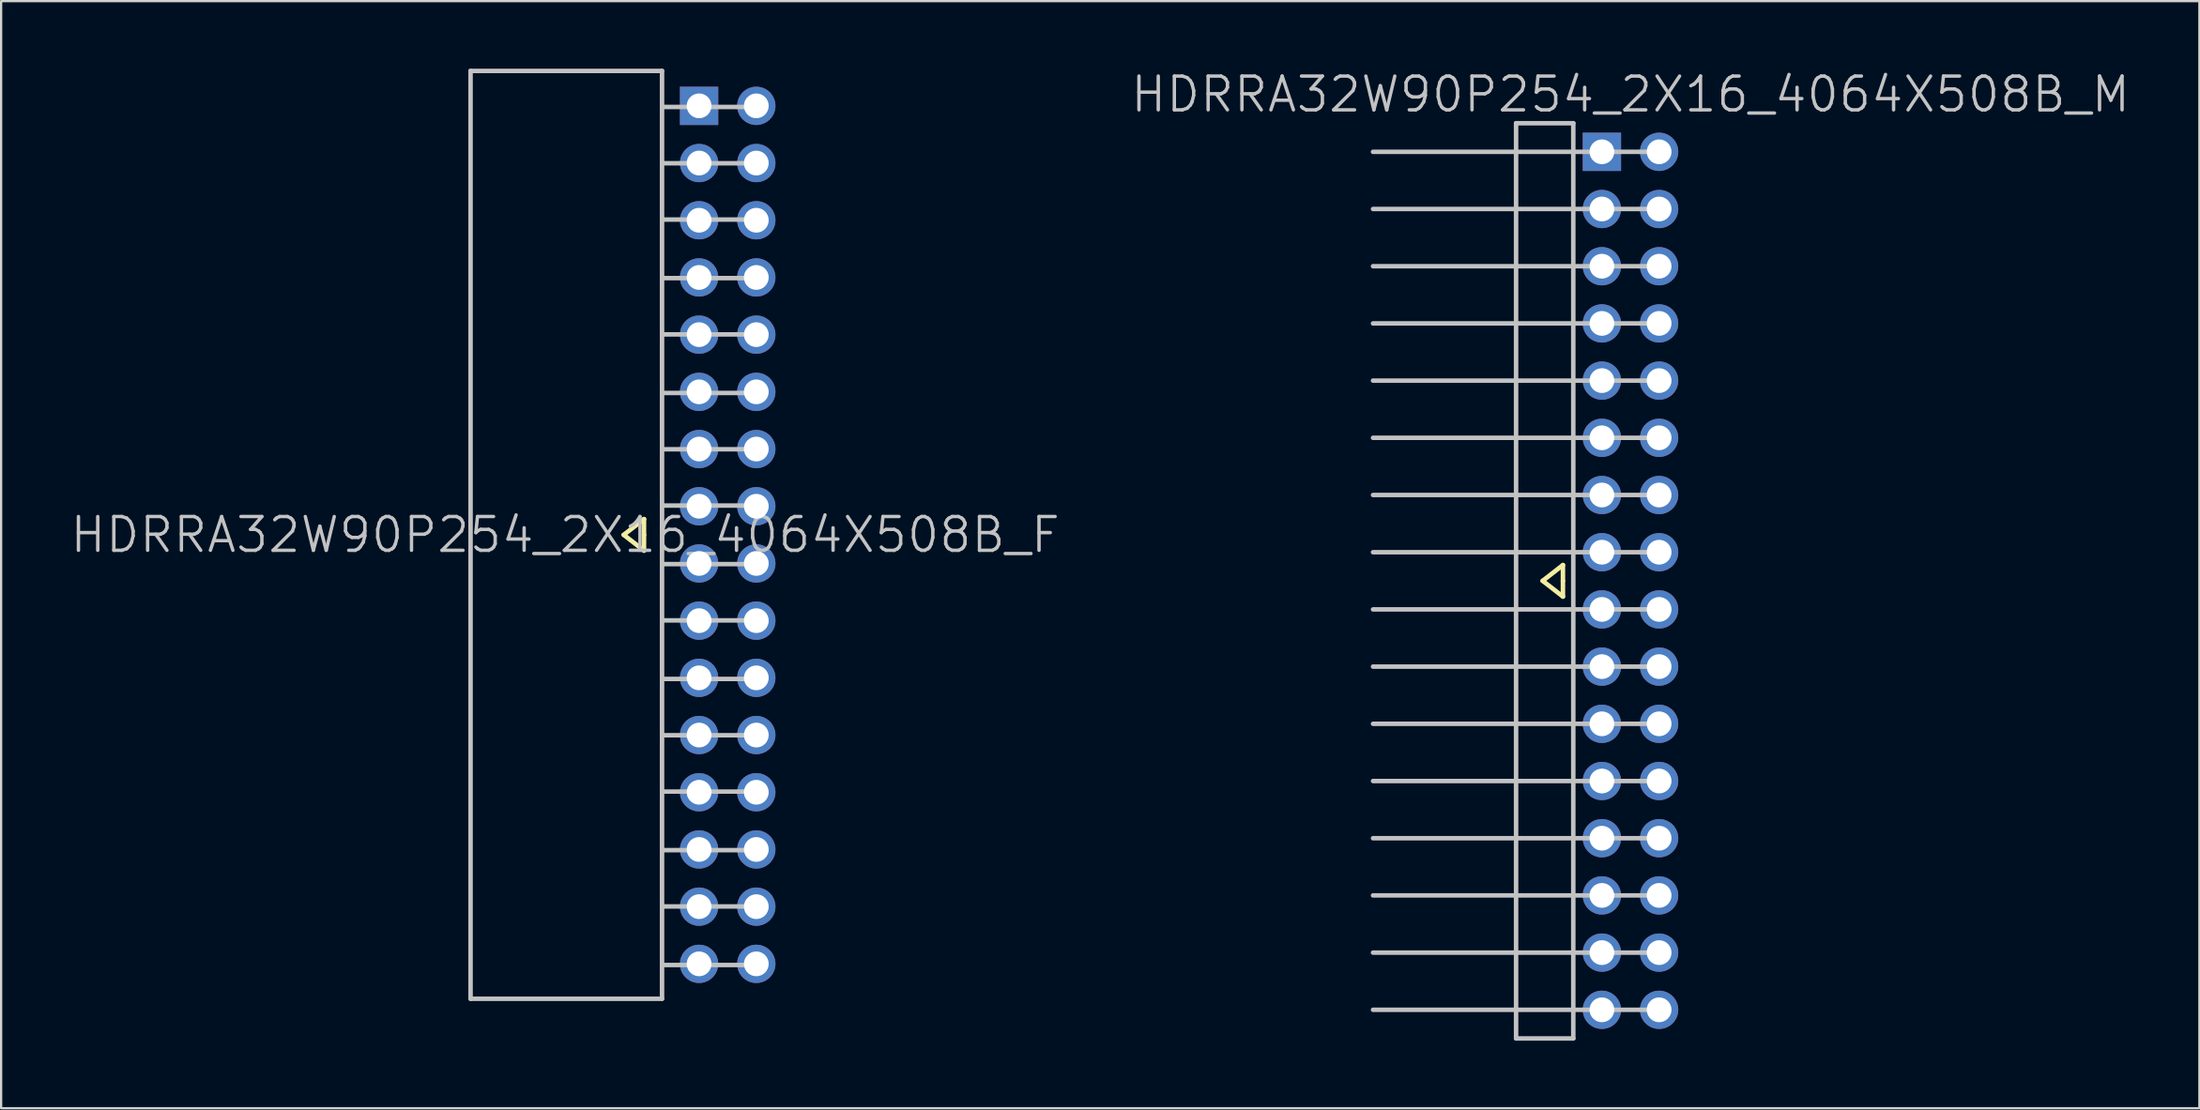
<source format=kicad_pcb>
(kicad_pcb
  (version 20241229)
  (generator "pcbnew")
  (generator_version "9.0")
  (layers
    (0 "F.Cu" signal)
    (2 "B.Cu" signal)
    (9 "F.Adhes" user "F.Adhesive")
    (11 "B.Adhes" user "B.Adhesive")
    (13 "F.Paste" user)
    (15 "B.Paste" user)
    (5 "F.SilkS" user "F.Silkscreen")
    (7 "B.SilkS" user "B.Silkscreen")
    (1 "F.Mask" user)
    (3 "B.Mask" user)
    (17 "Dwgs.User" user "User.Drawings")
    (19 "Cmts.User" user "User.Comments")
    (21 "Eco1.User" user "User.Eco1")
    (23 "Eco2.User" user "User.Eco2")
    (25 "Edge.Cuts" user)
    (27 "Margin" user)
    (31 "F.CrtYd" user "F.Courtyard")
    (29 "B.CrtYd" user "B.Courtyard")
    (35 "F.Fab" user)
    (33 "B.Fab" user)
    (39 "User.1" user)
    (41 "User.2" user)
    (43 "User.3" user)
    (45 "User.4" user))
  (footprint "HDRRA32W90P254_2X16_4064X508B_F"
    (layer "F.Cu")
    (at 24.339 20.7)
    (property "Reference" "HDRRA32W90P254_2X16_4064X508B_F" (at -2.3 0 180) (layer "Dwgs.User") (effects (font (size 1.5 1.5) (thickness 0.15))))
    (attr through_hole)
    (fp_line (start 0.3 0) (end 1.2 0.7) (stroke (width 0.2) (type solid)) (layer "F.SilkS"))
    (fp_line (start 1.2 -0.7) (end 0.3 0) (stroke (width 0.2) (type solid)) (layer "F.SilkS"))
    (fp_line (start 1.2 0) (end 1.2 -0.7) (stroke (width 0.2) (type solid)) (layer "F.SilkS"))
    (fp_line (start 1.2 0.7) (end 1.2 0) (stroke (width 0.2) (type solid)) (layer "F.SilkS"))
    (fp_line (start -6.5 -20.6) (end -6.5 20.6) (stroke (width 0.2) (type solid)) (layer "Dwgs.User"))
    (fp_line (start 2 -20.6) (end -6.5 -20.6) (stroke (width 0.2) (type solid)) (layer "Dwgs.User"))
    (fp_line (start 2 -20.6) (end 2 20.6) (stroke (width 0.2) (type solid)) (layer "Dwgs.User"))
    (fp_line (start 2 20.6) (end -6.5 20.6) (stroke (width 0.2) (type solid)) (layer "Dwgs.User"))
    (fp_line (start 6.2 -19) (end 2 -19) (stroke (width 0.2) (type solid)) (layer "Dwgs.User"))
    (fp_line (start 6.2 -16.5) (end 2 -16.5) (stroke (width 0.2) (type solid)) (layer "Dwgs.User"))
    (fp_line (start 6.2 -14) (end 2 -14) (stroke (width 0.2) (type solid)) (layer "Dwgs.User"))
    (fp_line (start 6.2 -11.4) (end 2 -11.4) (stroke (width 0.2) (type solid)) (layer "Dwgs.User"))
    (fp_line (start 6.2 -8.9) (end 2 -8.9) (stroke (width 0.2) (type solid)) (layer "Dwgs.User"))
    (fp_line (start 6.2 -6.3) (end 2 -6.3) (stroke (width 0.2) (type solid)) (layer "Dwgs.User"))
    (fp_line (start 6.2 -3.8) (end 2 -3.8) (stroke (width 0.2) (type solid)) (layer "Dwgs.User"))
    (fp_line (start 6.2 -1.3) (end 2 -1.3) (stroke (width 0.2) (type solid)) (layer "Dwgs.User"))
    (fp_line (start 6.2 1.3) (end 2 1.3) (stroke (width 0.2) (type solid)) (layer "Dwgs.User"))
    (fp_line (start 6.2 3.8) (end 2 3.8) (stroke (width 0.2) (type solid)) (layer "Dwgs.User"))
    (fp_line (start 6.2 6.4) (end 2 6.4) (stroke (width 0.2) (type solid)) (layer "Dwgs.User"))
    (fp_line (start 6.2 8.9) (end 2 8.9) (stroke (width 0.2) (type solid)) (layer "Dwgs.User"))
    (fp_line (start 6.2 11.4) (end 2 11.4) (stroke (width 0.2) (type solid)) (layer "Dwgs.User"))
    (fp_line (start 6.2 14) (end 2 14) (stroke (width 0.2) (type solid)) (layer "Dwgs.User"))
    (fp_line (start 6.2 16.5) (end 2 16.5) (stroke (width 0.2) (type solid)) (layer "Dwgs.User"))
    (fp_line (start 6.2 19.1) (end 2 19.1) (stroke (width 0.2) (type solid)) (layer "Dwgs.User"))
    (pad "1" thru_hole rect (at 3.645 -19.05) (size 1.7 1.7) (drill 1.1) (layers "*.Cu" "*.Mask"))
    (pad "2" thru_hole circle (at 6.185 -19.05 270) (size 1.7 1.7) (drill 1.1) (layers "*.Cu" "*.Mask"))
    (pad "3" thru_hole circle (at 3.645 -16.51 270) (size 1.7 1.7) (drill 1.1) (layers "*.Cu" "*.Mask"))
    (pad "4" thru_hole circle (at 6.185 -16.51 270) (size 1.7 1.7) (drill 1.1) (layers "*.Cu" "*.Mask"))
    (pad "5" thru_hole circle (at 3.645 -13.97 270) (size 1.7 1.7) (drill 1.1) (layers "*.Cu" "*.Mask"))
    (pad "6" thru_hole circle (at 6.185 -13.97 270) (size 1.7 1.7) (drill 1.1) (layers "*.Cu" "*.Mask"))
    (pad "7" thru_hole circle (at 3.645 -11.43 270) (size 1.7 1.7) (drill 1.1) (layers "*.Cu" "*.Mask"))
    (pad "8" thru_hole circle (at 6.185 -11.43 270) (size 1.7 1.7) (drill 1.1) (layers "*.Cu" "*.Mask"))
    (pad "9" thru_hole circle (at 3.645 -8.89 270) (size 1.7 1.7) (drill 1.1) (layers "*.Cu" "*.Mask"))
    (pad "10" thru_hole circle (at 6.185 -8.89 270) (size 1.7 1.7) (drill 1.1) (layers "*.Cu" "*.Mask"))
    (pad "11" thru_hole circle (at 3.645 -6.35 270) (size 1.7 1.7) (drill 1.1) (layers "*.Cu" "*.Mask"))
    (pad "12" thru_hole circle (at 6.185 -6.35 270) (size 1.7 1.7) (drill 1.1) (layers "*.Cu" "*.Mask"))
    (pad "13" thru_hole circle (at 3.645 -3.81 270) (size 1.7 1.7) (drill 1.1) (layers "*.Cu" "*.Mask"))
    (pad "14" thru_hole circle (at 6.185 -3.81 270) (size 1.7 1.7) (drill 1.1) (layers "*.Cu" "*.Mask"))
    (pad "15" thru_hole circle (at 3.645 -1.27 270) (size 1.7 1.7) (drill 1.1) (layers "*.Cu" "*.Mask"))
    (pad "16" thru_hole circle (at 6.185 -1.27 270) (size 1.7 1.7) (drill 1.1) (layers "*.Cu" "*.Mask"))
    (pad "17" thru_hole circle (at 3.645 1.27 270) (size 1.7 1.7) (drill 1.1) (layers "*.Cu" "*.Mask"))
    (pad "18" thru_hole circle (at 6.185 1.27 270) (size 1.7 1.7) (drill 1.1) (layers "*.Cu" "*.Mask"))
    (pad "19" thru_hole circle (at 3.645 3.81 270) (size 1.7 1.7) (drill 1.1) (layers "*.Cu" "*.Mask"))
    (pad "20" thru_hole circle (at 6.185 3.81 270) (size 1.7 1.7) (drill 1.1) (layers "*.Cu" "*.Mask"))
    (pad "21" thru_hole circle (at 3.645 6.35 270) (size 1.7 1.7) (drill 1.1) (layers "*.Cu" "*.Mask"))
    (pad "22" thru_hole circle (at 6.185 6.35 270) (size 1.7 1.7) (drill 1.1) (layers "*.Cu" "*.Mask"))
    (pad "23" thru_hole circle (at 3.645 8.89 270) (size 1.7 1.7) (drill 1.1) (layers "*.Cu" "*.Mask"))
    (pad "24" thru_hole circle (at 6.185 8.89 270) (size 1.7 1.7) (drill 1.1) (layers "*.Cu" "*.Mask"))
    (pad "25" thru_hole circle (at 3.645 11.43 270) (size 1.7 1.7) (drill 1.1) (layers "*.Cu" "*.Mask"))
    (pad "26" thru_hole circle (at 6.185 11.43 270) (size 1.7 1.7) (drill 1.1) (layers "*.Cu" "*.Mask"))
    (pad "27" thru_hole circle (at 3.645 13.97 270) (size 1.7 1.7) (drill 1.1) (layers "*.Cu" "*.Mask"))
    (pad "28" thru_hole circle (at 6.185 13.97 270) (size 1.7 1.7) (drill 1.1) (layers "*.Cu" "*.Mask"))
    (pad "29" thru_hole circle (at 3.645 16.51 270) (size 1.7 1.7) (drill 1.1) (layers "*.Cu" "*.Mask"))
    (pad "30" thru_hole circle (at 6.185 16.51 270) (size 1.7 1.7) (drill 1.1) (layers "*.Cu" "*.Mask"))
    (pad "31" thru_hole circle (at 3.645 19.05 270) (size 1.7 1.7) (drill 1.1) (layers "*.Cu" "*.Mask"))
    (pad "32" thru_hole circle (at 6.185 19.05 270) (size 1.7 1.7) (drill 1.1) (layers "*.Cu" "*.Mask")))
  (footprint "HDRRA32W90P254_2X16_4064X508B_M"
    (layer "F.Cu")
    (at 69.332 22.741)
    (property "Reference" "HDRRA32W90P254_2X16_4064X508B_M" (at 0 -21.6 180) (layer "Dwgs.User") (effects (font (size 1.5 1.5) (thickness 0.15))))
    (attr through_hole)
    (fp_line (start -3.9 0) (end -3 0.7) (stroke (width 0.2) (type solid)) (layer "F.SilkS"))
    (fp_line (start -3 -0.7) (end -3.9 0) (stroke (width 0.2) (type solid)) (layer "F.SilkS"))
    (fp_line (start -3 0) (end -3 -0.7) (stroke (width 0.2) (type solid)) (layer "F.SilkS"))
    (fp_line (start -3 0.7) (end -3 0) (stroke (width 0.2) (type solid)) (layer "F.SilkS"))
    (fp_line (start -11.43 -13.97) (end 1.27 -13.97) (stroke (width 0.2) (type solid)) (layer "Dwgs.User"))
    (fp_line (start -11.43 11.43) (end 1.27 11.43) (stroke (width 0.2) (type solid)) (layer "Dwgs.User"))
    (fp_line (start -5.08 -20.32) (end -2.54 -20.32) (stroke (width 0.2) (type solid)) (layer "Dwgs.User"))
    (fp_line (start -5.08 20.32) (end -5.08 -20.32) (stroke (width 0.2) (type solid)) (layer "Dwgs.User"))
    (fp_line (start -2.54 -20.32) (end -2.54 20.32) (stroke (width 0.2) (type solid)) (layer "Dwgs.User"))
    (fp_line (start -2.54 20.32) (end -5.08 20.32) (stroke (width 0.2) (type solid)) (layer "Dwgs.User"))
    (fp_line (start 1.27 -19.05) (end -11.43 -19.05) (stroke (width 0.2) (type solid)) (layer "Dwgs.User"))
    (fp_line (start 1.27 -16.51) (end -11.43 -16.51) (stroke (width 0.2) (type solid)) (layer "Dwgs.User"))
    (fp_line (start 1.27 -11.43) (end -11.43 -11.43) (stroke (width 0.2) (type solid)) (layer "Dwgs.User"))
    (fp_line (start 1.27 -8.89) (end -11.43 -8.89) (stroke (width 0.2) (type solid)) (layer "Dwgs.User"))
    (fp_line (start 1.27 -6.35) (end -11.43 -6.35) (stroke (width 0.2) (type solid)) (layer "Dwgs.User"))
    (fp_line (start 1.27 -3.81) (end -11.43 -3.81) (stroke (width 0.2) (type solid)) (layer "Dwgs.User"))
    (fp_line (start 1.27 -1.27) (end -11.43 -1.27) (stroke (width 0.2) (type solid)) (layer "Dwgs.User"))
    (fp_line (start 1.27 1.27) (end -11.43 1.27) (stroke (width 0.2) (type solid)) (layer "Dwgs.User"))
    (fp_line (start 1.27 3.81) (end -11.43 3.81) (stroke (width 0.2) (type solid)) (layer "Dwgs.User"))
    (fp_line (start 1.27 6.35) (end -11.43 6.35) (stroke (width 0.2) (type solid)) (layer "Dwgs.User"))
    (fp_line (start 1.27 8.89) (end -11.43 8.89) (stroke (width 0.2) (type solid)) (layer "Dwgs.User"))
    (fp_line (start 1.27 13.97) (end -11.43 13.97) (stroke (width 0.2) (type solid)) (layer "Dwgs.User"))
    (fp_line (start 1.27 16.51) (end -11.43 16.51) (stroke (width 0.2) (type solid)) (layer "Dwgs.User"))
    (fp_line (start 1.27 19.05) (end -11.43 19.05) (stroke (width 0.2) (type solid)) (layer "Dwgs.User"))
    (pad "1" thru_hole rect (at -1.27 -19.05) (size 1.7 1.7) (drill 1.1) (layers "*.Cu" "*.Mask"))
    (pad "2" thru_hole circle (at 1.27 -19.05 270) (size 1.7 1.7) (drill 1.1) (layers "*.Cu" "*.Mask"))
    (pad "3" thru_hole circle (at -1.27 -16.51 270) (size 1.7 1.7) (drill 1.1) (layers "*.Cu" "*.Mask"))
    (pad "4" thru_hole circle (at 1.27 -16.51 270) (size 1.7 1.7) (drill 1.1) (layers "*.Cu" "*.Mask"))
    (pad "5" thru_hole circle (at -1.27 -13.97 270) (size 1.7 1.7) (drill 1.1) (layers "*.Cu" "*.Mask"))
    (pad "6" thru_hole circle (at 1.27 -13.97 270) (size 1.7 1.7) (drill 1.1) (layers "*.Cu" "*.Mask"))
    (pad "7" thru_hole circle (at -1.27 -11.43 270) (size 1.7 1.7) (drill 1.1) (layers "*.Cu" "*.Mask"))
    (pad "8" thru_hole circle (at 1.27 -11.43 270) (size 1.7 1.7) (drill 1.1) (layers "*.Cu" "*.Mask"))
    (pad "9" thru_hole circle (at -1.27 -8.89 270) (size 1.7 1.7) (drill 1.1) (layers "*.Cu" "*.Mask"))
    (pad "10" thru_hole circle (at 1.27 -8.89 270) (size 1.7 1.7) (drill 1.1) (layers "*.Cu" "*.Mask"))
    (pad "11" thru_hole circle (at -1.27 -6.35 270) (size 1.7 1.7) (drill 1.1) (layers "*.Cu" "*.Mask"))
    (pad "12" thru_hole circle (at 1.27 -6.35 270) (size 1.7 1.7) (drill 1.1) (layers "*.Cu" "*.Mask"))
    (pad "13" thru_hole circle (at -1.27 -3.81 270) (size 1.7 1.7) (drill 1.1) (layers "*.Cu" "*.Mask"))
    (pad "14" thru_hole circle (at 1.27 -3.81 270) (size 1.7 1.7) (drill 1.1) (layers "*.Cu" "*.Mask"))
    (pad "15" thru_hole circle (at -1.27 -1.27 270) (size 1.7 1.7) (drill 1.1) (layers "*.Cu" "*.Mask"))
    (pad "16" thru_hole circle (at 1.27 -1.27 270) (size 1.7 1.7) (drill 1.1) (layers "*.Cu" "*.Mask"))
    (pad "17" thru_hole circle (at -1.27 1.27 270) (size 1.7 1.7) (drill 1.1) (layers "*.Cu" "*.Mask"))
    (pad "18" thru_hole circle (at 1.27 1.27 270) (size 1.7 1.7) (drill 1.1) (layers "*.Cu" "*.Mask"))
    (pad "19" thru_hole circle (at -1.27 3.81 270) (size 1.7 1.7) (drill 1.1) (layers "*.Cu" "*.Mask"))
    (pad "20" thru_hole circle (at 1.27 3.81 270) (size 1.7 1.7) (drill 1.1) (layers "*.Cu" "*.Mask"))
    (pad "21" thru_hole circle (at -1.27 6.35 270) (size 1.7 1.7) (drill 1.1) (layers "*.Cu" "*.Mask"))
    (pad "22" thru_hole circle (at 1.27 6.35 270) (size 1.7 1.7) (drill 1.1) (layers "*.Cu" "*.Mask"))
    (pad "23" thru_hole circle (at -1.27 8.89 270) (size 1.7 1.7) (drill 1.1) (layers "*.Cu" "*.Mask"))
    (pad "24" thru_hole circle (at 1.27 8.89 270) (size 1.7 1.7) (drill 1.1) (layers "*.Cu" "*.Mask"))
    (pad "25" thru_hole circle (at -1.27 11.43 270) (size 1.7 1.7) (drill 1.1) (layers "*.Cu" "*.Mask"))
    (pad "26" thru_hole circle (at 1.27 11.43 270) (size 1.7 1.7) (drill 1.1) (layers "*.Cu" "*.Mask"))
    (pad "27" thru_hole circle (at -1.27 13.97 270) (size 1.7 1.7) (drill 1.1) (layers "*.Cu" "*.Mask"))
    (pad "28" thru_hole circle (at 1.27 13.97 270) (size 1.7 1.7) (drill 1.1) (layers "*.Cu" "*.Mask"))
    (pad "29" thru_hole circle (at -1.27 16.51 270) (size 1.7 1.7) (drill 1.1) (layers "*.Cu" "*.Mask"))
    (pad "30" thru_hole circle (at 1.27 16.51 270) (size 1.7 1.7) (drill 1.1) (layers "*.Cu" "*.Mask"))
    (pad "31" thru_hole circle (at -1.27 19.05 270) (size 1.7 1.7) (drill 1.1) (layers "*.Cu" "*.Mask"))
    (pad "32" thru_hole circle (at 1.27 19.05 270) (size 1.7 1.7) (drill 1.1) (layers "*.Cu" "*.Mask")))
  (gr_rect
    (start -3 -3)
    (end 94.586 46.161)
    (stroke (width 0.1) (type default))
    (fill no)
    (layer "Edge.Cuts")))
</source>
